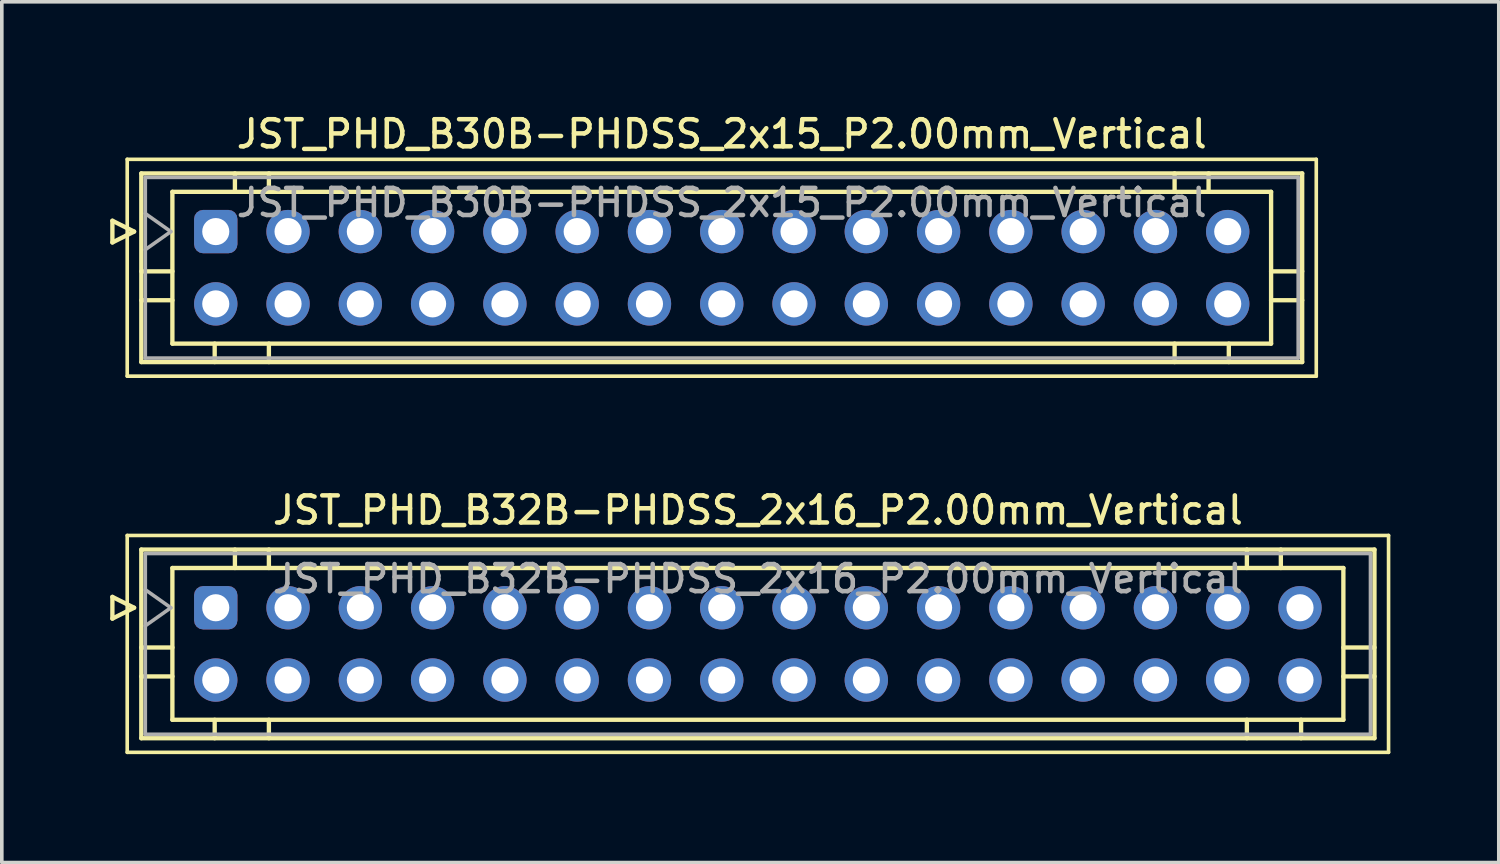
<source format=kicad_pcb>
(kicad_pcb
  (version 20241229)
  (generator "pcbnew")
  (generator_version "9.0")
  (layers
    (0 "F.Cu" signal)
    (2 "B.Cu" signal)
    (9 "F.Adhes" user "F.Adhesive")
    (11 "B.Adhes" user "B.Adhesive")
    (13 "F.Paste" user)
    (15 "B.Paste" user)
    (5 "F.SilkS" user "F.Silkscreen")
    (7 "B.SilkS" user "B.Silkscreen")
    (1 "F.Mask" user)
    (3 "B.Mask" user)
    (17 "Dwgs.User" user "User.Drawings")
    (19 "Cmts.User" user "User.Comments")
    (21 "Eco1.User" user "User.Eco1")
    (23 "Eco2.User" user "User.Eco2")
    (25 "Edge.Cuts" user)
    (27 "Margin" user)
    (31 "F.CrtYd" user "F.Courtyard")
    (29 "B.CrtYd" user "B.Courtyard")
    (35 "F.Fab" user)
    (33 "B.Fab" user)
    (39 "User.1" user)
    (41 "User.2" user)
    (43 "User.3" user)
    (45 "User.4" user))
  (footprint "JST_PHD_B30B-PHDSS_2x15_P2.00mm_Vertical"
    (layer "F.Cu")
    (at 2.92 3.358)
    (property "Reference" "JST_PHD_B30B-PHDSS_2x15_P2.00mm_Vertical" (at 14 -2.7 0) (layer "F.SilkS") (effects (font (size 0.75 0.75) (thickness 0.125))))
    (attr through_hole)
    (fp_line (start -2.86 -0.3) (end -2.26 0) (stroke (width 0.12) (type solid)) (layer "F.SilkS"))
    (fp_line (start -2.86 0.3) (end -2.86 -0.3) (stroke (width 0.12) (type solid)) (layer "F.SilkS"))
    (fp_line (start -2.45 -2) (end -2.45 4) (stroke (width 0.1) (type solid)) (layer "F.SilkS"))
    (fp_line (start -2.45 4) (end 30.45 4) (stroke (width 0.1) (type solid)) (layer "F.SilkS"))
    (fp_line (start -2.26 0) (end -2.86 0.3) (stroke (width 0.12) (type solid)) (layer "F.SilkS"))
    (fp_line (start -2.06 -1.61) (end -2.06 3.61) (stroke (width 0.12) (type solid)) (layer "F.SilkS"))
    (fp_line (start -2.06 1.1) (end -1.2 1.1) (stroke (width 0.12) (type solid)) (layer "F.SilkS"))
    (fp_line (start -2.06 1.9) (end -1.2 1.9) (stroke (width 0.12) (type solid)) (layer "F.SilkS"))
    (fp_line (start -2.06 3.61) (end 30.06 3.61) (stroke (width 0.12) (type solid)) (layer "F.SilkS"))
    (fp_line (start -1.2 -1.1) (end -1.2 3.1) (stroke (width 0.12) (type solid)) (layer "F.SilkS"))
    (fp_line (start -1.2 3.1) (end 29.2 3.1) (stroke (width 0.12) (type solid)) (layer "F.SilkS"))
    (fp_line (start -0.03 3.61) (end -0.03 3.1) (stroke (width 0.12) (type solid)) (layer "F.SilkS"))
    (fp_line (start 0.53 -1.61) (end 0.53 -1.1) (stroke (width 0.12) (type solid)) (layer "F.SilkS"))
    (fp_line (start 1.47 -1.61) (end 1.47 -1.1) (stroke (width 0.12) (type solid)) (layer "F.SilkS"))
    (fp_line (start 1.47 3.61) (end 1.47 3.1) (stroke (width 0.12) (type solid)) (layer "F.SilkS"))
    (fp_line (start 26.53 -1.61) (end 26.53 -1.1) (stroke (width 0.12) (type solid)) (layer "F.SilkS"))
    (fp_line (start 26.53 3.61) (end 26.53 3.1) (stroke (width 0.12) (type solid)) (layer "F.SilkS"))
    (fp_line (start 27.47 -1.61) (end 27.47 -1.1) (stroke (width 0.12) (type solid)) (layer "F.SilkS"))
    (fp_line (start 28.03 3.61) (end 28.03 3.1) (stroke (width 0.12) (type solid)) (layer "F.SilkS"))
    (fp_line (start 29.2 -1.1) (end -1.2 -1.1) (stroke (width 0.12) (type solid)) (layer "F.SilkS"))
    (fp_line (start 29.2 3.1) (end 29.2 -1.1) (stroke (width 0.12) (type solid)) (layer "F.SilkS"))
    (fp_line (start 30.06 -1.61) (end -2.06 -1.61) (stroke (width 0.12) (type solid)) (layer "F.SilkS"))
    (fp_line (start 30.06 1.1) (end 29.2 1.1) (stroke (width 0.12) (type solid)) (layer "F.SilkS"))
    (fp_line (start 30.06 1.9) (end 29.2 1.9) (stroke (width 0.12) (type solid)) (layer "F.SilkS"))
    (fp_line (start 30.06 3.61) (end 30.06 -1.61) (stroke (width 0.12) (type solid)) (layer "F.SilkS"))
    (fp_line (start 30.45 -2) (end -2.45 -2) (stroke (width 0.1) (type solid)) (layer "F.SilkS"))
    (fp_line (start 30.45 4) (end 30.45 -2) (stroke (width 0.1) (type solid)) (layer "F.SilkS"))
    (fp_line (start -1.95 -1.5) (end -1.95 3.5) (stroke (width 0.1) (type solid)) (layer "F.Fab"))
    (fp_line (start -1.95 0.5) (end -1.243 0) (stroke (width 0.1) (type solid)) (layer "F.Fab"))
    (fp_line (start -1.95 3.5) (end 29.95 3.5) (stroke (width 0.1) (type solid)) (layer "F.Fab"))
    (fp_line (start -1.243 0) (end -1.95 -0.5) (stroke (width 0.1) (type solid)) (layer "F.Fab"))
    (fp_line (start 29.95 -1.5) (end -1.95 -1.5) (stroke (width 0.1) (type solid)) (layer "F.Fab"))
    (fp_line (start 29.95 3.5) (end 29.95 -1.5) (stroke (width 0.1) (type solid)) (layer "F.Fab"))
    (fp_text user "${REFERENCE}" (at 14 -0.8 0) (layer "F.Fab") (effects (font (size 0.75 0.75) (thickness 0.125))))
    (pad "1" thru_hole roundrect (at 0 0) (size 1.2 1.2) (drill 0.75) (layers "*.Cu" "*.Mask") (roundrect_rratio 0.208))
    (pad "2" thru_hole circle (at 0 2) (size 1.2 1.2) (drill 0.75) (layers "*.Cu" "*.Mask"))
    (pad "3" thru_hole circle (at 2 0) (size 1.2 1.2) (drill 0.75) (layers "*.Cu" "*.Mask"))
    (pad "4" thru_hole circle (at 2 2) (size 1.2 1.2) (drill 0.75) (layers "*.Cu" "*.Mask"))
    (pad "5" thru_hole circle (at 4 0) (size 1.2 1.2) (drill 0.75) (layers "*.Cu" "*.Mask"))
    (pad "6" thru_hole circle (at 4 2) (size 1.2 1.2) (drill 0.75) (layers "*.Cu" "*.Mask"))
    (pad "7" thru_hole circle (at 6 0) (size 1.2 1.2) (drill 0.75) (layers "*.Cu" "*.Mask"))
    (pad "8" thru_hole circle (at 6 2) (size 1.2 1.2) (drill 0.75) (layers "*.Cu" "*.Mask"))
    (pad "9" thru_hole circle (at 8 0) (size 1.2 1.2) (drill 0.75) (layers "*.Cu" "*.Mask"))
    (pad "10" thru_hole circle (at 8 2) (size 1.2 1.2) (drill 0.75) (layers "*.Cu" "*.Mask"))
    (pad "11" thru_hole circle (at 10 0) (size 1.2 1.2) (drill 0.75) (layers "*.Cu" "*.Mask"))
    (pad "12" thru_hole circle (at 10 2) (size 1.2 1.2) (drill 0.75) (layers "*.Cu" "*.Mask"))
    (pad "13" thru_hole circle (at 12 0) (size 1.2 1.2) (drill 0.75) (layers "*.Cu" "*.Mask"))
    (pad "14" thru_hole circle (at 12 2) (size 1.2 1.2) (drill 0.75) (layers "*.Cu" "*.Mask"))
    (pad "15" thru_hole circle (at 14 0) (size 1.2 1.2) (drill 0.75) (layers "*.Cu" "*.Mask"))
    (pad "16" thru_hole circle (at 14 2) (size 1.2 1.2) (drill 0.75) (layers "*.Cu" "*.Mask"))
    (pad "17" thru_hole circle (at 16 0) (size 1.2 1.2) (drill 0.75) (layers "*.Cu" "*.Mask"))
    (pad "18" thru_hole circle (at 16 2) (size 1.2 1.2) (drill 0.75) (layers "*.Cu" "*.Mask"))
    (pad "19" thru_hole circle (at 18 0) (size 1.2 1.2) (drill 0.75) (layers "*.Cu" "*.Mask"))
    (pad "20" thru_hole circle (at 18 2) (size 1.2 1.2) (drill 0.75) (layers "*.Cu" "*.Mask"))
    (pad "21" thru_hole circle (at 20 0) (size 1.2 1.2) (drill 0.75) (layers "*.Cu" "*.Mask"))
    (pad "22" thru_hole circle (at 20 2) (size 1.2 1.2) (drill 0.75) (layers "*.Cu" "*.Mask"))
    (pad "23" thru_hole circle (at 22 0) (size 1.2 1.2) (drill 0.75) (layers "*.Cu" "*.Mask"))
    (pad "24" thru_hole circle (at 22 2) (size 1.2 1.2) (drill 0.75) (layers "*.Cu" "*.Mask"))
    (pad "25" thru_hole circle (at 24 0) (size 1.2 1.2) (drill 0.75) (layers "*.Cu" "*.Mask"))
    (pad "26" thru_hole circle (at 24 2) (size 1.2 1.2) (drill 0.75) (layers "*.Cu" "*.Mask"))
    (pad "27" thru_hole circle (at 26 0) (size 1.2 1.2) (drill 0.75) (layers "*.Cu" "*.Mask"))
    (pad "28" thru_hole circle (at 26 2) (size 1.2 1.2) (drill 0.75) (layers "*.Cu" "*.Mask"))
    (pad "29" thru_hole circle (at 28 0) (size 1.2 1.2) (drill 0.75) (layers "*.Cu" "*.Mask"))
    (pad "30" thru_hole circle (at 28 2) (size 1.2 1.2) (drill 0.75) (layers "*.Cu" "*.Mask")))
  (footprint "JST_PHD_B32B-PHDSS_2x16_P2.00mm_Vertical"
    (layer "F.Cu")
    (at 2.92 13.766)
    (property "Reference" "JST_PHD_B32B-PHDSS_2x16_P2.00mm_Vertical" (at 15 -2.7 0) (layer "F.SilkS") (effects (font (size 0.75 0.75) (thickness 0.125))))
    (attr through_hole)
    (fp_line (start -2.86 -0.3) (end -2.26 0) (stroke (width 0.12) (type solid)) (layer "F.SilkS"))
    (fp_line (start -2.86 0.3) (end -2.86 -0.3) (stroke (width 0.12) (type solid)) (layer "F.SilkS"))
    (fp_line (start -2.45 -2) (end -2.45 4) (stroke (width 0.1) (type solid)) (layer "F.SilkS"))
    (fp_line (start -2.45 4) (end 32.45 4) (stroke (width 0.1) (type solid)) (layer "F.SilkS"))
    (fp_line (start -2.26 0) (end -2.86 0.3) (stroke (width 0.12) (type solid)) (layer "F.SilkS"))
    (fp_line (start -2.06 -1.61) (end -2.06 3.61) (stroke (width 0.12) (type solid)) (layer "F.SilkS"))
    (fp_line (start -2.06 1.1) (end -1.2 1.1) (stroke (width 0.12) (type solid)) (layer "F.SilkS"))
    (fp_line (start -2.06 1.9) (end -1.2 1.9) (stroke (width 0.12) (type solid)) (layer "F.SilkS"))
    (fp_line (start -2.06 3.61) (end 32.06 3.61) (stroke (width 0.12) (type solid)) (layer "F.SilkS"))
    (fp_line (start -1.2 -1.1) (end -1.2 3.1) (stroke (width 0.12) (type solid)) (layer "F.SilkS"))
    (fp_line (start -1.2 3.1) (end 31.2 3.1) (stroke (width 0.12) (type solid)) (layer "F.SilkS"))
    (fp_line (start -0.03 3.61) (end -0.03 3.1) (stroke (width 0.12) (type solid)) (layer "F.SilkS"))
    (fp_line (start 0.53 -1.61) (end 0.53 -1.1) (stroke (width 0.12) (type solid)) (layer "F.SilkS"))
    (fp_line (start 1.47 -1.61) (end 1.47 -1.1) (stroke (width 0.12) (type solid)) (layer "F.SilkS"))
    (fp_line (start 1.47 3.61) (end 1.47 3.1) (stroke (width 0.12) (type solid)) (layer "F.SilkS"))
    (fp_line (start 28.53 -1.61) (end 28.53 -1.1) (stroke (width 0.12) (type solid)) (layer "F.SilkS"))
    (fp_line (start 28.53 3.61) (end 28.53 3.1) (stroke (width 0.12) (type solid)) (layer "F.SilkS"))
    (fp_line (start 29.47 -1.61) (end 29.47 -1.1) (stroke (width 0.12) (type solid)) (layer "F.SilkS"))
    (fp_line (start 30.03 3.61) (end 30.03 3.1) (stroke (width 0.12) (type solid)) (layer "F.SilkS"))
    (fp_line (start 31.2 -1.1) (end -1.2 -1.1) (stroke (width 0.12) (type solid)) (layer "F.SilkS"))
    (fp_line (start 31.2 3.1) (end 31.2 -1.1) (stroke (width 0.12) (type solid)) (layer "F.SilkS"))
    (fp_line (start 32.06 -1.61) (end -2.06 -1.61) (stroke (width 0.12) (type solid)) (layer "F.SilkS"))
    (fp_line (start 32.06 1.1) (end 31.2 1.1) (stroke (width 0.12) (type solid)) (layer "F.SilkS"))
    (fp_line (start 32.06 1.9) (end 31.2 1.9) (stroke (width 0.12) (type solid)) (layer "F.SilkS"))
    (fp_line (start 32.06 3.61) (end 32.06 -1.61) (stroke (width 0.12) (type solid)) (layer "F.SilkS"))
    (fp_line (start 32.45 -2) (end -2.45 -2) (stroke (width 0.1) (type solid)) (layer "F.SilkS"))
    (fp_line (start 32.45 4) (end 32.45 -2) (stroke (width 0.1) (type solid)) (layer "F.SilkS"))
    (fp_line (start -1.95 -1.5) (end -1.95 3.5) (stroke (width 0.1) (type solid)) (layer "F.Fab"))
    (fp_line (start -1.95 0.5) (end -1.243 0) (stroke (width 0.1) (type solid)) (layer "F.Fab"))
    (fp_line (start -1.95 3.5) (end 31.95 3.5) (stroke (width 0.1) (type solid)) (layer "F.Fab"))
    (fp_line (start -1.243 0) (end -1.95 -0.5) (stroke (width 0.1) (type solid)) (layer "F.Fab"))
    (fp_line (start 31.95 -1.5) (end -1.95 -1.5) (stroke (width 0.1) (type solid)) (layer "F.Fab"))
    (fp_line (start 31.95 3.5) (end 31.95 -1.5) (stroke (width 0.1) (type solid)) (layer "F.Fab"))
    (fp_text user "${REFERENCE}" (at 15 -0.8 0) (layer "F.Fab") (effects (font (size 0.75 0.75) (thickness 0.125))))
    (pad "1" thru_hole roundrect (at 0 0) (size 1.2 1.2) (drill 0.75) (layers "*.Cu" "*.Mask") (roundrect_rratio 0.208))
    (pad "2" thru_hole circle (at 0 2) (size 1.2 1.2) (drill 0.75) (layers "*.Cu" "*.Mask"))
    (pad "3" thru_hole circle (at 2 0) (size 1.2 1.2) (drill 0.75) (layers "*.Cu" "*.Mask"))
    (pad "4" thru_hole circle (at 2 2) (size 1.2 1.2) (drill 0.75) (layers "*.Cu" "*.Mask"))
    (pad "5" thru_hole circle (at 4 0) (size 1.2 1.2) (drill 0.75) (layers "*.Cu" "*.Mask"))
    (pad "6" thru_hole circle (at 4 2) (size 1.2 1.2) (drill 0.75) (layers "*.Cu" "*.Mask"))
    (pad "7" thru_hole circle (at 6 0) (size 1.2 1.2) (drill 0.75) (layers "*.Cu" "*.Mask"))
    (pad "8" thru_hole circle (at 6 2) (size 1.2 1.2) (drill 0.75) (layers "*.Cu" "*.Mask"))
    (pad "9" thru_hole circle (at 8 0) (size 1.2 1.2) (drill 0.75) (layers "*.Cu" "*.Mask"))
    (pad "10" thru_hole circle (at 8 2) (size 1.2 1.2) (drill 0.75) (layers "*.Cu" "*.Mask"))
    (pad "11" thru_hole circle (at 10 0) (size 1.2 1.2) (drill 0.75) (layers "*.Cu" "*.Mask"))
    (pad "12" thru_hole circle (at 10 2) (size 1.2 1.2) (drill 0.75) (layers "*.Cu" "*.Mask"))
    (pad "13" thru_hole circle (at 12 0) (size 1.2 1.2) (drill 0.75) (layers "*.Cu" "*.Mask"))
    (pad "14" thru_hole circle (at 12 2) (size 1.2 1.2) (drill 0.75) (layers "*.Cu" "*.Mask"))
    (pad "15" thru_hole circle (at 14 0) (size 1.2 1.2) (drill 0.75) (layers "*.Cu" "*.Mask"))
    (pad "16" thru_hole circle (at 14 2) (size 1.2 1.2) (drill 0.75) (layers "*.Cu" "*.Mask"))
    (pad "17" thru_hole circle (at 16 0) (size 1.2 1.2) (drill 0.75) (layers "*.Cu" "*.Mask"))
    (pad "18" thru_hole circle (at 16 2) (size 1.2 1.2) (drill 0.75) (layers "*.Cu" "*.Mask"))
    (pad "19" thru_hole circle (at 18 0) (size 1.2 1.2) (drill 0.75) (layers "*.Cu" "*.Mask"))
    (pad "20" thru_hole circle (at 18 2) (size 1.2 1.2) (drill 0.75) (layers "*.Cu" "*.Mask"))
    (pad "21" thru_hole circle (at 20 0) (size 1.2 1.2) (drill 0.75) (layers "*.Cu" "*.Mask"))
    (pad "22" thru_hole circle (at 20 2) (size 1.2 1.2) (drill 0.75) (layers "*.Cu" "*.Mask"))
    (pad "23" thru_hole circle (at 22 0) (size 1.2 1.2) (drill 0.75) (layers "*.Cu" "*.Mask"))
    (pad "24" thru_hole circle (at 22 2) (size 1.2 1.2) (drill 0.75) (layers "*.Cu" "*.Mask"))
    (pad "25" thru_hole circle (at 24 0) (size 1.2 1.2) (drill 0.75) (layers "*.Cu" "*.Mask"))
    (pad "26" thru_hole circle (at 24 2) (size 1.2 1.2) (drill 0.75) (layers "*.Cu" "*.Mask"))
    (pad "27" thru_hole circle (at 26 0) (size 1.2 1.2) (drill 0.75) (layers "*.Cu" "*.Mask"))
    (pad "28" thru_hole circle (at 26 2) (size 1.2 1.2) (drill 0.75) (layers "*.Cu" "*.Mask"))
    (pad "29" thru_hole circle (at 28 0) (size 1.2 1.2) (drill 0.75) (layers "*.Cu" "*.Mask"))
    (pad "30" thru_hole circle (at 28 2) (size 1.2 1.2) (drill 0.75) (layers "*.Cu" "*.Mask"))
    (pad "31" thru_hole circle (at 30 0) (size 1.2 1.2) (drill 0.75) (layers "*.Cu" "*.Mask"))
    (pad "32" thru_hole circle (at 30 2) (size 1.2 1.2) (drill 0.75) (layers "*.Cu" "*.Mask")))
  (gr_rect
    (start -3 -3)
    (end 38.42 20.816)
    (stroke (width 0.1) (type default))
    (fill no)
    (layer "Edge.Cuts")))
</source>
